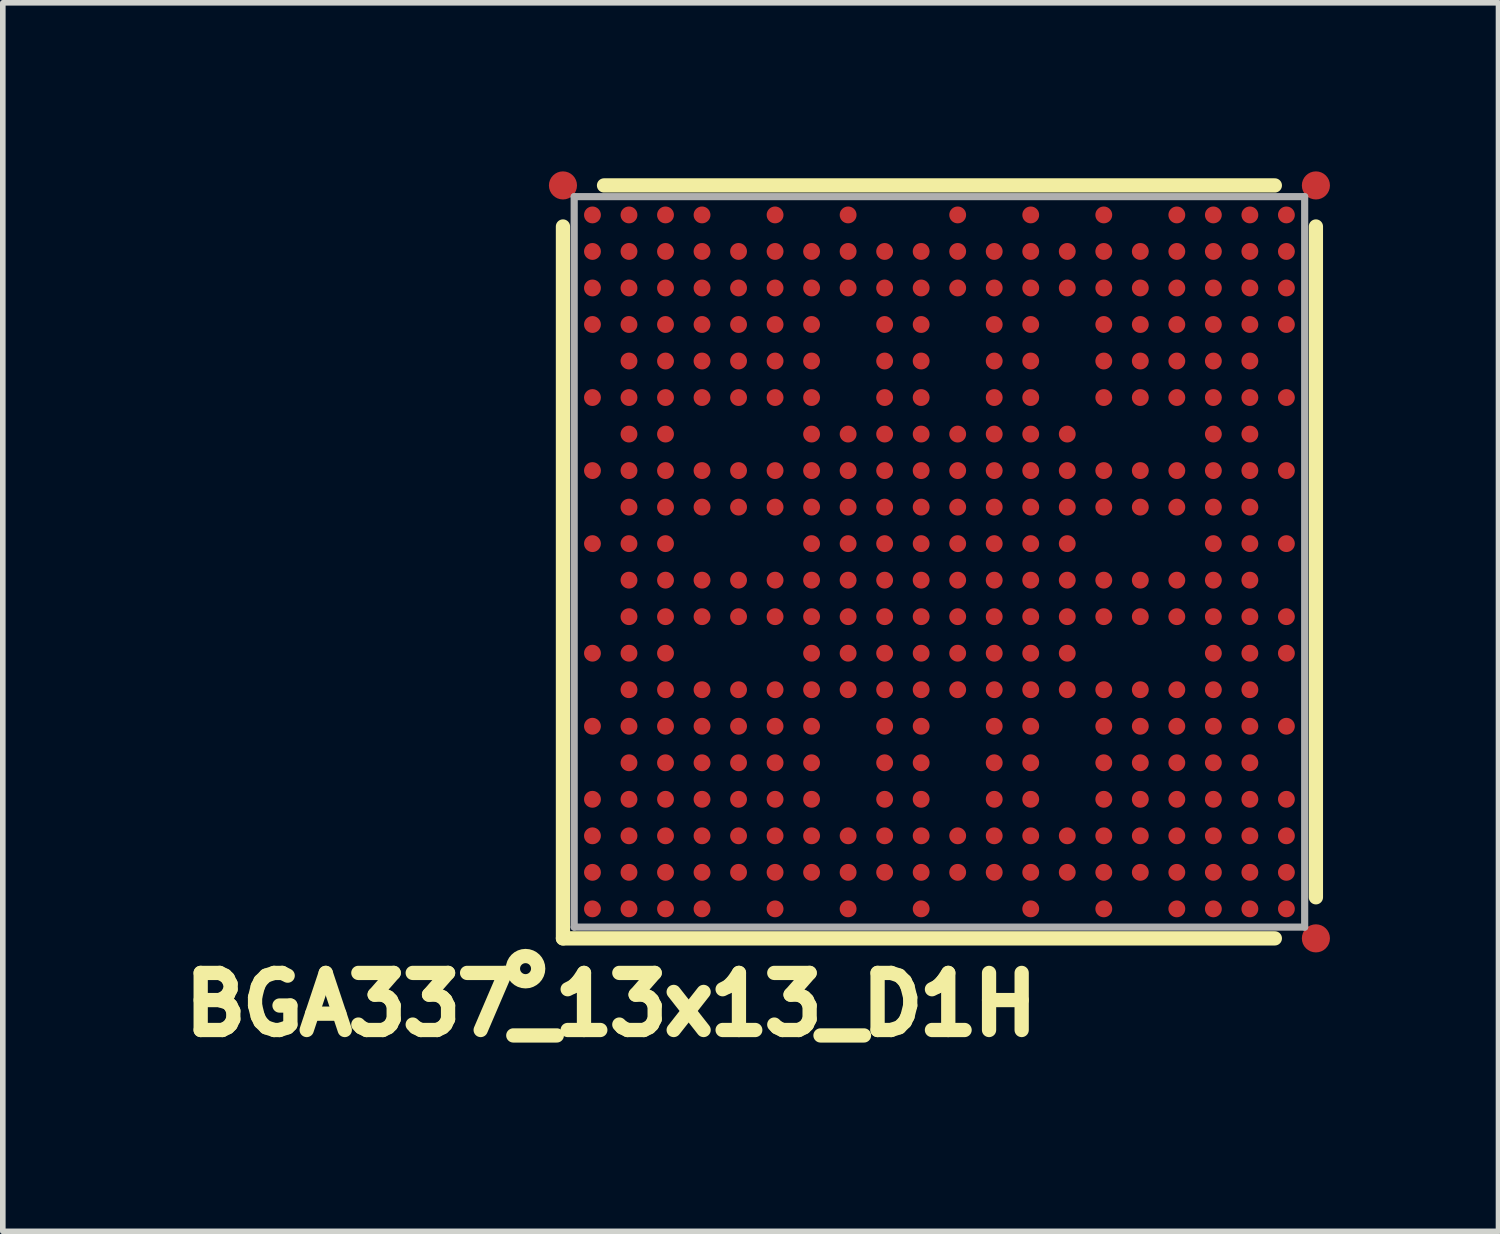
<source format=kicad_pcb>
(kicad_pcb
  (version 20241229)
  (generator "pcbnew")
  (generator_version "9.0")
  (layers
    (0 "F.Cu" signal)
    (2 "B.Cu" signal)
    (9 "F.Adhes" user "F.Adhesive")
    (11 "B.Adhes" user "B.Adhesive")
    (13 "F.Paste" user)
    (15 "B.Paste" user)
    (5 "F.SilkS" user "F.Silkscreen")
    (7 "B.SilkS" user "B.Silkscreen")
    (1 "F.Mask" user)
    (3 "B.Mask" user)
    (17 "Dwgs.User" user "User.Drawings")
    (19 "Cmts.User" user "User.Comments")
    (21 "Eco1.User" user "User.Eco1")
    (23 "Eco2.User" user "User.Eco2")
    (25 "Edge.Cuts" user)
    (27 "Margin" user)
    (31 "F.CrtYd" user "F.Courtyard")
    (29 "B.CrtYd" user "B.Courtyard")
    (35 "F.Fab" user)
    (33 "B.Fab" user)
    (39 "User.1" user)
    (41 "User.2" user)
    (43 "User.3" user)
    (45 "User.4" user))
  (footprint "BGA337_13x13_D1H"
    (layer "F.Cu")
    (at 13.669 6.95)
    (property "Reference" "BGA337_13x13_D1H" (at -5.842 7.874 0) (layer "F.SilkS") (effects (font (size 1.016 1.016) (thickness 0.254))))
    (attr smd)
    (fp_line (start -6.7 6.7) (end -6.7 -5.969) (stroke (width 0.254) (type solid)) (layer "F.SilkS"))
    (fp_line (start -5.969 -6.7) (end 5.969 -6.7) (stroke (width 0.254) (type solid)) (layer "F.SilkS"))
    (fp_line (start 5.969 6.7) (end -6.7 6.7) (stroke (width 0.254) (type solid)) (layer "F.SilkS"))
    (fp_line (start 6.7 -5.969) (end 6.7 5.969) (stroke (width 0.254) (type solid)) (layer "F.SilkS"))
    (fp_circle (center -7.366 7.239) (end -7.366 7.014) (stroke (width 0.254) (type solid)) (fill no) (layer "F.SilkS"))
    (fp_line (start -6.5 -6.5) (end -6.5 6.5) (stroke (width 0.127) (type solid)) (layer "F.Fab"))
    (fp_line (start 6.5 -6.5) (end -6.5 -6.5) (stroke (width 0.127) (type solid)) (layer "F.Fab"))
    (fp_line (start 6.5 -6.5) (end 6.5 6.5) (stroke (width 0.127) (type solid)) (layer "F.Fab"))
    (fp_line (start 6.5 6.5) (end -6.5 6.5) (stroke (width 0.127) (type solid)) (layer "F.Fab"))
    (pad "" smd rect (at -6.175 -6.175 90) (size 0.33 0.33) (layers "F.Paste"))
    (pad "" smd rect (at -6.175 -5.525 90) (size 0.33 0.33) (layers "F.Paste"))
    (pad "" smd rect (at -6.175 -4.875 90) (size 0.33 0.33) (layers "F.Paste"))
    (pad "" smd rect (at -6.175 -4.225 90) (size 0.33 0.33) (layers "F.Paste"))
    (pad "" smd rect (at -6.175 -2.925 90) (size 0.33 0.33) (layers "F.Paste"))
    (pad "" smd rect (at -6.175 -1.625 90) (size 0.33 0.33) (layers "F.Paste"))
    (pad "" smd rect (at -6.175 -0.325 90) (size 0.33 0.33) (layers "F.Paste"))
    (pad "" smd rect (at -6.175 1.625 90) (size 0.33 0.33) (layers "F.Paste"))
    (pad "" smd rect (at -6.175 2.925 90) (size 0.33 0.33) (layers "F.Paste"))
    (pad "" smd rect (at -6.175 4.225 90) (size 0.33 0.33) (layers "F.Paste"))
    (pad "" smd rect (at -6.175 4.875 90) (size 0.33 0.33) (layers "F.Paste"))
    (pad "" smd rect (at -6.175 5.525 90) (size 0.33 0.33) (layers "F.Paste"))
    (pad "" smd rect (at -6.175 6.175 90) (size 0.33 0.33) (layers "F.Paste"))
    (pad "" smd rect (at -5.525 -6.175 90) (size 0.33 0.33) (layers "F.Paste"))
    (pad "" smd rect (at -5.525 -5.525 90) (size 0.33 0.33) (layers "F.Paste"))
    (pad "" smd rect (at -5.525 -4.875 90) (size 0.33 0.33) (layers "F.Paste"))
    (pad "" smd rect (at -5.525 -4.225 90) (size 0.33 0.33) (layers "F.Paste"))
    (pad "" smd rect (at -5.525 -3.575 90) (size 0.33 0.33) (layers "F.Paste"))
    (pad "" smd rect (at -5.525 -2.925 90) (size 0.33 0.33) (layers "F.Paste"))
    (pad "" smd rect (at -5.525 -2.275 90) (size 0.33 0.33) (layers "F.Paste"))
    (pad "" smd rect (at -5.525 -1.625 90) (size 0.33 0.33) (layers "F.Paste"))
    (pad "" smd rect (at -5.525 -0.975 90) (size 0.33 0.33) (layers "F.Paste"))
    (pad "" smd rect (at -5.525 -0.325 90) (size 0.33 0.33) (layers "F.Paste"))
    (pad "" smd rect (at -5.525 0.325 90) (size 0.33 0.33) (layers "F.Paste"))
    (pad "" smd rect (at -5.525 0.975 90) (size 0.33 0.33) (layers "F.Paste"))
    (pad "" smd rect (at -5.525 1.625 90) (size 0.33 0.33) (layers "F.Paste"))
    (pad "" smd rect (at -5.525 2.275 90) (size 0.33 0.33) (layers "F.Paste"))
    (pad "" smd rect (at -5.525 2.925 90) (size 0.33 0.33) (layers "F.Paste"))
    (pad "" smd rect (at -5.525 3.575 90) (size 0.33 0.33) (layers "F.Paste"))
    (pad "" smd rect (at -5.525 4.225 90) (size 0.33 0.33) (layers "F.Paste"))
    (pad "" smd rect (at -5.525 4.875 90) (size 0.33 0.33) (layers "F.Paste"))
    (pad "" smd rect (at -5.525 5.525 90) (size 0.33 0.33) (layers "F.Paste"))
    (pad "" smd rect (at -5.525 6.175 90) (size 0.33 0.33) (layers "F.Paste"))
    (pad "" smd rect (at -4.875 -6.175 90) (size 0.33 0.33) (layers "F.Paste"))
    (pad "" smd rect (at -4.875 -5.525 90) (size 0.33 0.33) (layers "F.Paste"))
    (pad "" smd rect (at -4.875 -4.875 90) (size 0.33 0.33) (layers "F.Paste"))
    (pad "" smd rect (at -4.875 -4.225 90) (size 0.33 0.33) (layers "F.Paste"))
    (pad "" smd rect (at -4.875 -3.575 90) (size 0.33 0.33) (layers "F.Paste"))
    (pad "" smd rect (at -4.875 -2.925 90) (size 0.33 0.33) (layers "F.Paste"))
    (pad "" smd rect (at -4.875 -2.275 90) (size 0.33 0.33) (layers "F.Paste"))
    (pad "" smd rect (at -4.875 -1.625 90) (size 0.33 0.33) (layers "F.Paste"))
    (pad "" smd rect (at -4.875 -0.975 90) (size 0.33 0.33) (layers "F.Paste"))
    (pad "" smd rect (at -4.875 -0.325 90) (size 0.33 0.33) (layers "F.Paste"))
    (pad "" smd rect (at -4.875 0.325 90) (size 0.33 0.33) (layers "F.Paste"))
    (pad "" smd rect (at -4.875 0.975 90) (size 0.33 0.33) (layers "F.Paste"))
    (pad "" smd rect (at -4.875 1.625 90) (size 0.33 0.33) (layers "F.Paste"))
    (pad "" smd rect (at -4.875 2.275 90) (size 0.33 0.33) (layers "F.Paste"))
    (pad "" smd rect (at -4.875 2.925 90) (size 0.33 0.33) (layers "F.Paste"))
    (pad "" smd rect (at -4.875 3.575 90) (size 0.33 0.33) (layers "F.Paste"))
    (pad "" smd rect (at -4.875 4.225 90) (size 0.33 0.33) (layers "F.Paste"))
    (pad "" smd rect (at -4.875 4.875 90) (size 0.33 0.33) (layers "F.Paste"))
    (pad "" smd rect (at -4.875 5.525 90) (size 0.33 0.33) (layers "F.Paste"))
    (pad "" smd rect (at -4.875 6.175 90) (size 0.33 0.33) (layers "F.Paste"))
    (pad "" smd rect (at -4.225 -6.175 90) (size 0.33 0.33) (layers "F.Paste"))
    (pad "" smd rect (at -4.225 -5.525 90) (size 0.33 0.33) (layers "F.Paste"))
    (pad "" smd rect (at -4.225 -4.875 90) (size 0.33 0.33) (layers "F.Paste"))
    (pad "" smd rect (at -4.225 -4.225 90) (size 0.33 0.33) (layers "F.Paste"))
    (pad "" smd rect (at -4.225 -3.575 90) (size 0.33 0.33) (layers "F.Paste"))
    (pad "" smd rect (at -4.225 -2.925 90) (size 0.33 0.33) (layers "F.Paste"))
    (pad "" smd rect (at -4.225 -1.625 90) (size 0.33 0.33) (layers "F.Paste"))
    (pad "" smd rect (at -4.225 -0.975 90) (size 0.33 0.33) (layers "F.Paste"))
    (pad "" smd rect (at -4.225 0.325 90) (size 0.33 0.33) (layers "F.Paste"))
    (pad "" smd rect (at -4.225 0.975 90) (size 0.33 0.33) (layers "F.Paste"))
    (pad "" smd rect (at -4.225 2.275 90) (size 0.33 0.33) (layers "F.Paste"))
    (pad "" smd rect (at -4.225 2.925 90) (size 0.33 0.33) (layers "F.Paste"))
    (pad "" smd rect (at -4.225 3.575 90) (size 0.33 0.33) (layers "F.Paste"))
    (pad "" smd rect (at -4.225 4.225 90) (size 0.33 0.33) (layers "F.Paste"))
    (pad "" smd rect (at -4.225 4.875 90) (size 0.33 0.33) (layers "F.Paste"))
    (pad "" smd rect (at -4.225 5.525 90) (size 0.33 0.33) (layers "F.Paste"))
    (pad "" smd rect (at -4.225 6.175 90) (size 0.33 0.33) (layers "F.Paste"))
    (pad "" smd rect (at -3.575 -5.525 90) (size 0.33 0.33) (layers "F.Paste"))
    (pad "" smd rect (at -3.575 -4.875 90) (size 0.33 0.33) (layers "F.Paste"))
    (pad "" smd rect (at -3.575 -4.225 90) (size 0.33 0.33) (layers "F.Paste"))
    (pad "" smd rect (at -3.575 -3.575 90) (size 0.33 0.33) (layers "F.Paste"))
    (pad "" smd rect (at -3.575 -2.925 90) (size 0.33 0.33) (layers "F.Paste"))
    (pad "" smd rect (at -3.575 -1.625 90) (size 0.33 0.33) (layers "F.Paste"))
    (pad "" smd rect (at -3.575 -0.975 90) (size 0.33 0.33) (layers "F.Paste"))
    (pad "" smd rect (at -3.575 0.325 90) (size 0.33 0.33) (layers "F.Paste"))
    (pad "" smd rect (at -3.575 0.975 90) (size 0.33 0.33) (layers "F.Paste"))
    (pad "" smd rect (at -3.575 2.275 90) (size 0.33 0.33) (layers "F.Paste"))
    (pad "" smd rect (at -3.575 2.925 90) (size 0.33 0.33) (layers "F.Paste"))
    (pad "" smd rect (at -3.575 3.575 90) (size 0.33 0.33) (layers "F.Paste"))
    (pad "" smd rect (at -3.575 4.225 90) (size 0.33 0.33) (layers "F.Paste"))
    (pad "" smd rect (at -3.575 4.875 90) (size 0.33 0.33) (layers "F.Paste"))
    (pad "" smd rect (at -3.575 5.525 90) (size 0.33 0.33) (layers "F.Paste"))
    (pad "" smd rect (at -2.925 -6.175 90) (size 0.33 0.33) (layers "F.Paste"))
    (pad "" smd rect (at -2.925 -5.525 90) (size 0.33 0.33) (layers "F.Paste"))
    (pad "" smd rect (at -2.925 -4.875 90) (size 0.33 0.33) (layers "F.Paste"))
    (pad "" smd rect (at -2.925 -4.225 90) (size 0.33 0.33) (layers "F.Paste"))
    (pad "" smd rect (at -2.925 -3.575 90) (size 0.33 0.33) (layers "F.Paste"))
    (pad "" smd rect (at -2.925 -2.925 90) (size 0.33 0.33) (layers "F.Paste"))
    (pad "" smd rect (at -2.925 -1.625 90) (size 0.33 0.33) (layers "F.Paste"))
    (pad "" smd rect (at -2.925 -0.975 90) (size 0.33 0.33) (layers "F.Paste"))
    (pad "" smd rect (at -2.925 0.325 90) (size 0.33 0.33) (layers "F.Paste"))
    (pad "" smd rect (at -2.925 0.975 90) (size 0.33 0.33) (layers "F.Paste"))
    (pad "" smd rect (at -2.925 2.275 90) (size 0.33 0.33) (layers "F.Paste"))
    (pad "" smd rect (at -2.925 2.925 90) (size 0.33 0.33) (layers "F.Paste"))
    (pad "" smd rect (at -2.925 3.575 90) (size 0.33 0.33) (layers "F.Paste"))
    (pad "" smd rect (at -2.925 4.225 90) (size 0.33 0.33) (layers "F.Paste"))
    (pad "" smd rect (at -2.925 4.875 90) (size 0.33 0.33) (layers "F.Paste"))
    (pad "" smd rect (at -2.925 5.525 90) (size 0.33 0.33) (layers "F.Paste"))
    (pad "" smd rect (at -2.925 6.175 90) (size 0.33 0.33) (layers "F.Paste"))
    (pad "" smd rect (at -2.275 -5.525 90) (size 0.33 0.33) (layers "F.Paste"))
    (pad "" smd rect (at -2.275 -4.875 90) (size 0.33 0.33) (layers "F.Paste"))
    (pad "" smd rect (at -2.275 -4.225 90) (size 0.33 0.33) (layers "F.Paste"))
    (pad "" smd rect (at -2.275 -3.575 90) (size 0.33 0.33) (layers "F.Paste"))
    (pad "" smd rect (at -2.275 -2.925 90) (size 0.33 0.33) (layers "F.Paste"))
    (pad "" smd rect (at -2.275 -2.275 90) (size 0.33 0.33) (layers "F.Paste"))
    (pad "" smd rect (at -2.275 -1.625 90) (size 0.33 0.33) (layers "F.Paste"))
    (pad "" smd rect (at -2.275 -0.975 90) (size 0.33 0.33) (layers "F.Paste"))
    (pad "" smd rect (at -2.275 -0.325 90) (size 0.33 0.33) (layers "F.Paste"))
    (pad "" smd rect (at -2.275 0.325 90) (size 0.33 0.33) (layers "F.Paste"))
    (pad "" smd rect (at -2.275 0.975 90) (size 0.33 0.33) (layers "F.Paste"))
    (pad "" smd rect (at -2.275 1.625 90) (size 0.33 0.33) (layers "F.Paste"))
    (pad "" smd rect (at -2.275 2.275 90) (size 0.33 0.33) (layers "F.Paste"))
    (pad "" smd rect (at -2.275 2.925 90) (size 0.33 0.33) (layers "F.Paste"))
    (pad "" smd rect (at -2.275 3.575 90) (size 0.33 0.33) (layers "F.Paste"))
    (pad "" smd rect (at -2.275 4.225 90) (size 0.33 0.33) (layers "F.Paste"))
    (pad "" smd rect (at -2.275 4.875 90) (size 0.33 0.33) (layers "F.Paste"))
    (pad "" smd rect (at -2.275 5.525 90) (size 0.33 0.33) (layers "F.Paste"))
    (pad "" smd rect (at -1.625 -6.175 90) (size 0.33 0.33) (layers "F.Paste"))
    (pad "" smd rect (at -1.625 -5.525 90) (size 0.33 0.33) (layers "F.Paste"))
    (pad "" smd rect (at -1.625 -4.875 90) (size 0.33 0.33) (layers "F.Paste"))
    (pad "" smd rect (at -1.625 -2.275 90) (size 0.33 0.33) (layers "F.Paste"))
    (pad "" smd rect (at -1.625 -1.625 90) (size 0.33 0.33) (layers "F.Paste"))
    (pad "" smd rect (at -1.625 -0.975 90) (size 0.33 0.33) (layers "F.Paste"))
    (pad "" smd rect (at -1.625 -0.325 90) (size 0.33 0.33) (layers "F.Paste"))
    (pad "" smd rect (at -1.625 0.325 90) (size 0.33 0.33) (layers "F.Paste"))
    (pad "" smd rect (at -1.625 0.975 90) (size 0.33 0.33) (layers "F.Paste"))
    (pad "" smd rect (at -1.625 1.625 90) (size 0.33 0.33) (layers "F.Paste"))
    (pad "" smd rect (at -1.625 2.275 90) (size 0.33 0.33) (layers "F.Paste"))
    (pad "" smd rect (at -1.625 4.875 90) (size 0.33 0.33) (layers "F.Paste"))
    (pad "" smd rect (at -1.625 5.525 90) (size 0.33 0.33) (layers "F.Paste"))
    (pad "" smd rect (at -1.625 6.175 90) (size 0.33 0.33) (layers "F.Paste"))
    (pad "" smd rect (at -0.975 -5.525 90) (size 0.33 0.33) (layers "F.Paste"))
    (pad "" smd rect (at -0.975 -4.875 90) (size 0.33 0.33) (layers "F.Paste"))
    (pad "" smd rect (at -0.975 -4.225 90) (size 0.33 0.33) (layers "F.Paste"))
    (pad "" smd rect (at -0.975 -3.575 90) (size 0.33 0.33) (layers "F.Paste"))
    (pad "" smd rect (at -0.975 -2.925 90) (size 0.33 0.33) (layers "F.Paste"))
    (pad "" smd rect (at -0.975 -2.275 90) (size 0.33 0.33) (layers "F.Paste"))
    (pad "" smd rect (at -0.975 -1.625 90) (size 0.33 0.33) (layers "F.Paste"))
    (pad "" smd rect (at -0.975 -0.975 90) (size 0.33 0.33) (layers "F.Paste"))
    (pad "" smd rect (at -0.975 -0.325 90) (size 0.33 0.33) (layers "F.Paste"))
    (pad "" smd rect (at -0.975 0.325 90) (size 0.33 0.33) (layers "F.Paste"))
    (pad "" smd rect (at -0.975 0.975 90) (size 0.33 0.33) (layers "F.Paste"))
    (pad "" smd rect (at -0.975 1.625 90) (size 0.33 0.33) (layers "F.Paste"))
    (pad "" smd rect (at -0.975 2.275 90) (size 0.33 0.33) (layers "F.Paste"))
    (pad "" smd rect (at -0.975 2.925 90) (size 0.33 0.33) (layers "F.Paste"))
    (pad "" smd rect (at -0.975 3.575 90) (size 0.33 0.33) (layers "F.Paste"))
    (pad "" smd rect (at -0.975 4.225 90) (size 0.33 0.33) (layers "F.Paste"))
    (pad "" smd rect (at -0.975 4.875 90) (size 0.33 0.33) (layers "F.Paste"))
    (pad "" smd rect (at -0.975 5.525 90) (size 0.33 0.33) (layers "F.Paste"))
    (pad "" smd rect (at -0.325 -5.525 90) (size 0.33 0.33) (layers "F.Paste"))
    (pad "" smd rect (at -0.325 -4.875 90) (size 0.33 0.33) (layers "F.Paste"))
    (pad "" smd rect (at -0.325 -4.225 90) (size 0.33 0.33) (layers "F.Paste"))
    (pad "" smd rect (at -0.325 -3.575 90) (size 0.33 0.33) (layers "F.Paste"))
    (pad "" smd rect (at -0.325 -2.925 90) (size 0.33 0.33) (layers "F.Paste"))
    (pad "" smd rect (at -0.325 -2.275 90) (size 0.33 0.33) (layers "F.Paste"))
    (pad "" smd rect (at -0.325 -1.625 90) (size 0.33 0.33) (layers "F.Paste"))
    (pad "" smd rect (at -0.325 -0.975 90) (size 0.33 0.33) (layers "F.Paste"))
    (pad "" smd rect (at -0.325 -0.325 90) (size 0.33 0.33) (layers "F.Paste"))
    (pad "" smd rect (at -0.325 0.325 90) (size 0.33 0.33) (layers "F.Paste"))
    (pad "" smd rect (at -0.325 0.975 90) (size 0.33 0.33) (layers "F.Paste"))
    (pad "" smd rect (at -0.325 1.625 90) (size 0.33 0.33) (layers "F.Paste"))
    (pad "" smd rect (at -0.325 2.275 90) (size 0.33 0.33) (layers "F.Paste"))
    (pad "" smd rect (at -0.325 2.925 90) (size 0.33 0.33) (layers "F.Paste"))
    (pad "" smd rect (at -0.325 3.575 90) (size 0.33 0.33) (layers "F.Paste"))
    (pad "" smd rect (at -0.325 4.225 90) (size 0.33 0.33) (layers "F.Paste"))
    (pad "" smd rect (at -0.325 4.875 90) (size 0.33 0.33) (layers "F.Paste"))
    (pad "" smd rect (at -0.325 5.525 90) (size 0.33 0.33) (layers "F.Paste"))
    (pad "" smd rect (at -0.325 6.175 90) (size 0.33 0.33) (layers "F.Paste"))
    (pad "" smd rect (at 0.325 -6.175 90) (size 0.33 0.33) (layers "F.Paste"))
    (pad "" smd rect (at 0.325 -5.525 90) (size 0.33 0.33) (layers "F.Paste"))
    (pad "" smd rect (at 0.325 -4.875 90) (size 0.33 0.33) (layers "F.Paste"))
    (pad "" smd rect (at 0.325 -2.275 90) (size 0.33 0.33) (layers "F.Paste"))
    (pad "" smd rect (at 0.325 -1.625 90) (size 0.33 0.33) (layers "F.Paste"))
    (pad "" smd rect (at 0.325 -0.975 90) (size 0.33 0.33) (layers "F.Paste"))
    (pad "" smd rect (at 0.325 -0.325 90) (size 0.33 0.33) (layers "F.Paste"))
    (pad "" smd rect (at 0.325 0.325 90) (size 0.33 0.33) (layers "F.Paste"))
    (pad "" smd rect (at 0.325 0.975 90) (size 0.33 0.33) (layers "F.Paste"))
    (pad "" smd rect (at 0.325 1.625 90) (size 0.33 0.33) (layers "F.Paste"))
    (pad "" smd rect (at 0.325 2.275 90) (size 0.33 0.33) (layers "F.Paste"))
    (pad "" smd rect (at 0.325 4.875 90) (size 0.33 0.33) (layers "F.Paste"))
    (pad "" smd rect (at 0.325 5.525 90) (size 0.33 0.33) (layers "F.Paste"))
    (pad "" smd rect (at 0.975 -5.525 90) (size 0.33 0.33) (layers "F.Paste"))
    (pad "" smd rect (at 0.975 -4.875 90) (size 0.33 0.33) (layers "F.Paste"))
    (pad "" smd rect (at 0.975 -4.225 90) (size 0.33 0.33) (layers "F.Paste"))
    (pad "" smd rect (at 0.975 -3.575 90) (size 0.33 0.33) (layers "F.Paste"))
    (pad "" smd rect (at 0.975 -2.925 90) (size 0.33 0.33) (layers "F.Paste"))
    (pad "" smd rect (at 0.975 -2.275 90) (size 0.33 0.33) (layers "F.Paste"))
    (pad "" smd rect (at 0.975 -1.625 90) (size 0.33 0.33) (layers "F.Paste"))
    (pad "" smd rect (at 0.975 -0.975 90) (size 0.33 0.33) (layers "F.Paste"))
    (pad "" smd rect (at 0.975 -0.325 90) (size 0.33 0.33) (layers "F.Paste"))
    (pad "" smd rect (at 0.975 0.325 90) (size 0.33 0.33) (layers "F.Paste"))
    (pad "" smd rect (at 0.975 0.975 90) (size 0.33 0.33) (layers "F.Paste"))
    (pad "" smd rect (at 0.975 1.625 90) (size 0.33 0.33) (layers "F.Paste"))
    (pad "" smd rect (at 0.975 2.275 90) (size 0.33 0.33) (layers "F.Paste"))
    (pad "" smd rect (at 0.975 2.925 90) (size 0.33 0.33) (layers "F.Paste"))
    (pad "" smd rect (at 0.975 3.575 90) (size 0.33 0.33) (layers "F.Paste"))
    (pad "" smd rect (at 0.975 4.225 90) (size 0.33 0.33) (layers "F.Paste"))
    (pad "" smd rect (at 0.975 4.875 90) (size 0.33 0.33) (layers "F.Paste"))
    (pad "" smd rect (at 0.975 5.525 90) (size 0.33 0.33) (layers "F.Paste"))
    (pad "" smd rect (at 1.625 -6.175 90) (size 0.33 0.33) (layers "F.Paste"))
    (pad "" smd rect (at 1.625 -5.525 90) (size 0.33 0.33) (layers "F.Paste"))
    (pad "" smd rect (at 1.625 -4.875 90) (size 0.33 0.33) (layers "F.Paste"))
    (pad "" smd rect (at 1.625 -4.225 90) (size 0.33 0.33) (layers "F.Paste"))
    (pad "" smd rect (at 1.625 -3.575 90) (size 0.33 0.33) (layers "F.Paste"))
    (pad "" smd rect (at 1.625 -2.925 90) (size 0.33 0.33) (layers "F.Paste"))
    (pad "" smd rect (at 1.625 -2.275 90) (size 0.33 0.33) (layers "F.Paste"))
    (pad "" smd rect (at 1.625 -1.625 90) (size 0.33 0.33) (layers "F.Paste"))
    (pad "" smd rect (at 1.625 -0.975 90) (size 0.33 0.33) (layers "F.Paste"))
    (pad "" smd rect (at 1.625 -0.325 90) (size 0.33 0.33) (layers "F.Paste"))
    (pad "" smd rect (at 1.625 0.325 90) (size 0.33 0.33) (layers "F.Paste"))
    (pad "" smd rect (at 1.625 0.975 90) (size 0.33 0.33) (layers "F.Paste"))
    (pad "" smd rect (at 1.625 1.625 90) (size 0.33 0.33) (layers "F.Paste"))
    (pad "" smd rect (at 1.625 2.275 90) (size 0.33 0.33) (layers "F.Paste"))
    (pad "" smd rect (at 1.625 2.925 90) (size 0.33 0.33) (layers "F.Paste"))
    (pad "" smd rect (at 1.625 3.575 90) (size 0.33 0.33) (layers "F.Paste"))
    (pad "" smd rect (at 1.625 4.225 90) (size 0.33 0.33) (layers "F.Paste"))
    (pad "" smd rect (at 1.625 4.875 90) (size 0.33 0.33) (layers "F.Paste"))
    (pad "" smd rect (at 1.625 5.525 90) (size 0.33 0.33) (layers "F.Paste"))
    (pad "" smd rect (at 1.625 6.175 90) (size 0.33 0.33) (layers "F.Paste"))
    (pad "" smd rect (at 2.275 -5.525 90) (size 0.33 0.33) (layers "F.Paste"))
    (pad "" smd rect (at 2.275 -4.875 90) (size 0.33 0.33) (layers "F.Paste"))
    (pad "" smd rect (at 2.275 -2.275 90) (size 0.33 0.33) (layers "F.Paste"))
    (pad "" smd rect (at 2.275 -1.625 90) (size 0.33 0.33) (layers "F.Paste"))
    (pad "" smd rect (at 2.275 -0.975 90) (size 0.33 0.33) (layers "F.Paste"))
    (pad "" smd rect (at 2.275 -0.325 90) (size 0.33 0.33) (layers "F.Paste"))
    (pad "" smd rect (at 2.275 0.325 90) (size 0.33 0.33) (layers "F.Paste"))
    (pad "" smd rect (at 2.275 0.975 90) (size 0.33 0.33) (layers "F.Paste"))
    (pad "" smd rect (at 2.275 1.625 90) (size 0.33 0.33) (layers "F.Paste"))
    (pad "" smd rect (at 2.275 2.275 90) (size 0.33 0.33) (layers "F.Paste"))
    (pad "" smd rect (at 2.275 4.875 90) (size 0.33 0.33) (layers "F.Paste"))
    (pad "" smd rect (at 2.275 5.525 90) (size 0.33 0.33) (layers "F.Paste"))
    (pad "" smd rect (at 2.925 -6.175 90) (size 0.33 0.33) (layers "F.Paste"))
    (pad "" smd rect (at 2.925 -5.525 90) (size 0.33 0.33) (layers "F.Paste"))
    (pad "" smd rect (at 2.925 -4.875 90) (size 0.33 0.33) (layers "F.Paste"))
    (pad "" smd rect (at 2.925 -4.225 90) (size 0.33 0.33) (layers "F.Paste"))
    (pad "" smd rect (at 2.925 -3.575 90) (size 0.33 0.33) (layers "F.Paste"))
    (pad "" smd rect (at 2.925 -2.925 90) (size 0.33 0.33) (layers "F.Paste"))
    (pad "" smd rect (at 2.925 -1.625 90) (size 0.33 0.33) (layers "F.Paste"))
    (pad "" smd rect (at 2.925 -0.975 90) (size 0.33 0.33) (layers "F.Paste"))
    (pad "" smd rect (at 2.925 0.325 90) (size 0.33 0.33) (layers "F.Paste"))
    (pad "" smd rect (at 2.925 0.975 90) (size 0.33 0.33) (layers "F.Paste"))
    (pad "" smd rect (at 2.925 2.275 90) (size 0.33 0.33) (layers "F.Paste"))
    (pad "" smd rect (at 2.925 2.925 90) (size 0.33 0.33) (layers "F.Paste"))
    (pad "" smd rect (at 2.925 3.575 90) (size 0.33 0.33) (layers "F.Paste"))
    (pad "" smd rect (at 2.925 4.225 90) (size 0.33 0.33) (layers "F.Paste"))
    (pad "" smd rect (at 2.925 4.875 90) (size 0.33 0.33) (layers "F.Paste"))
    (pad "" smd rect (at 2.925 5.525 90) (size 0.33 0.33) (layers "F.Paste"))
    (pad "" smd rect (at 2.925 6.175 90) (size 0.33 0.33) (layers "F.Paste"))
    (pad "" smd rect (at 3.575 -5.525 90) (size 0.33 0.33) (layers "F.Paste"))
    (pad "" smd rect (at 3.575 -4.875 90) (size 0.33 0.33) (layers "F.Paste"))
    (pad "" smd rect (at 3.575 -4.225 90) (size 0.33 0.33) (layers "F.Paste"))
    (pad "" smd rect (at 3.575 -3.575 90) (size 0.33 0.33) (layers "F.Paste"))
    (pad "" smd rect (at 3.575 -2.925 90) (size 0.33 0.33) (layers "F.Paste"))
    (pad "" smd rect (at 3.575 -1.625 90) (size 0.33 0.33) (layers "F.Paste"))
    (pad "" smd rect (at 3.575 -0.975 90) (size 0.33 0.33) (layers "F.Paste"))
    (pad "" smd rect (at 3.575 0.325 90) (size 0.33 0.33) (layers "F.Paste"))
    (pad "" smd rect (at 3.575 0.975 90) (size 0.33 0.33) (layers "F.Paste"))
    (pad "" smd rect (at 3.575 2.275 90) (size 0.33 0.33) (layers "F.Paste"))
    (pad "" smd rect (at 3.575 2.925 90) (size 0.33 0.33) (layers "F.Paste"))
    (pad "" smd rect (at 3.575 3.575 90) (size 0.33 0.33) (layers "F.Paste"))
    (pad "" smd rect (at 3.575 4.225 90) (size 0.33 0.33) (layers "F.Paste"))
    (pad "" smd rect (at 3.575 4.875 90) (size 0.33 0.33) (layers "F.Paste"))
    (pad "" smd rect (at 3.575 5.525 90) (size 0.33 0.33) (layers "F.Paste"))
    (pad "" smd rect (at 4.225 -6.175 90) (size 0.33 0.33) (layers "F.Paste"))
    (pad "" smd rect (at 4.225 -5.525 90) (size 0.33 0.33) (layers "F.Paste"))
    (pad "" smd rect (at 4.225 -4.875 90) (size 0.33 0.33) (layers "F.Paste"))
    (pad "" smd rect (at 4.225 -4.225 90) (size 0.33 0.33) (layers "F.Paste"))
    (pad "" smd rect (at 4.225 -3.575 90) (size 0.33 0.33) (layers "F.Paste"))
    (pad "" smd rect (at 4.225 -2.925 90) (size 0.33 0.33) (layers "F.Paste"))
    (pad "" smd rect (at 4.225 -1.625 90) (size 0.33 0.33) (layers "F.Paste"))
    (pad "" smd rect (at 4.225 -0.975 90) (size 0.33 0.33) (layers "F.Paste"))
    (pad "" smd rect (at 4.225 0.325 90) (size 0.33 0.33) (layers "F.Paste"))
    (pad "" smd rect (at 4.225 0.975 90) (size 0.33 0.33) (layers "F.Paste"))
    (pad "" smd rect (at 4.225 2.275 90) (size 0.33 0.33) (layers "F.Paste"))
    (pad "" smd rect (at 4.225 2.925 90) (size 0.33 0.33) (layers "F.Paste"))
    (pad "" smd rect (at 4.225 3.575 90) (size 0.33 0.33) (layers "F.Paste"))
    (pad "" smd rect (at 4.225 4.225 90) (size 0.33 0.33) (layers "F.Paste"))
    (pad "" smd rect (at 4.225 4.875 90) (size 0.33 0.33) (layers "F.Paste"))
    (pad "" smd rect (at 4.225 5.525 90) (size 0.33 0.33) (layers "F.Paste"))
    (pad "" smd rect (at 4.225 6.175 90) (size 0.33 0.33) (layers "F.Paste"))
    (pad "" smd rect (at 4.875 -6.175 90) (size 0.33 0.33) (layers "F.Paste"))
    (pad "" smd rect (at 4.875 -5.525 90) (size 0.33 0.33) (layers "F.Paste"))
    (pad "" smd rect (at 4.875 -4.875 90) (size 0.33 0.33) (layers "F.Paste"))
    (pad "" smd rect (at 4.875 -4.225 90) (size 0.33 0.33) (layers "F.Paste"))
    (pad "" smd rect (at 4.875 -3.575 90) (size 0.33 0.33) (layers "F.Paste"))
    (pad "" smd rect (at 4.875 -2.925 90) (size 0.33 0.33) (layers "F.Paste"))
    (pad "" smd rect (at 4.875 -2.275 90) (size 0.33 0.33) (layers "F.Paste"))
    (pad "" smd rect (at 4.875 -1.625 90) (size 0.33 0.33) (layers "F.Paste"))
    (pad "" smd rect (at 4.875 -0.975 90) (size 0.33 0.33) (layers "F.Paste"))
    (pad "" smd rect (at 4.875 -0.325 90) (size 0.33 0.33) (layers "F.Paste"))
    (pad "" smd rect (at 4.875 0.325 90) (size 0.33 0.33) (layers "F.Paste"))
    (pad "" smd rect (at 4.875 0.975 90) (size 0.33 0.33) (layers "F.Paste"))
    (pad "" smd rect (at 4.875 1.625 90) (size 0.33 0.33) (layers "F.Paste"))
    (pad "" smd rect (at 4.875 2.275 90) (size 0.33 0.33) (layers "F.Paste"))
    (pad "" smd rect (at 4.875 2.925 90) (size 0.33 0.33) (layers "F.Paste"))
    (pad "" smd rect (at 4.875 3.575 90) (size 0.33 0.33) (layers "F.Paste"))
    (pad "" smd rect (at 4.875 4.225 90) (size 0.33 0.33) (layers "F.Paste"))
    (pad "" smd rect (at 4.875 4.875 90) (size 0.33 0.33) (layers "F.Paste"))
    (pad "" smd rect (at 4.875 5.525 90) (size 0.33 0.33) (layers "F.Paste"))
    (pad "" smd rect (at 4.875 6.175 90) (size 0.33 0.33) (layers "F.Paste"))
    (pad "" smd rect (at 5.525 -6.175 90) (size 0.33 0.33) (layers "F.Paste"))
    (pad "" smd rect (at 5.525 -5.525 90) (size 0.33 0.33) (layers "F.Paste"))
    (pad "" smd rect (at 5.525 -4.875 90) (size 0.33 0.33) (layers "F.Paste"))
    (pad "" smd rect (at 5.525 -4.225 90) (size 0.33 0.33) (layers "F.Paste"))
    (pad "" smd rect (at 5.525 -3.575 90) (size 0.33 0.33) (layers "F.Paste"))
    (pad "" smd rect (at 5.525 -2.925 90) (size 0.33 0.33) (layers "F.Paste"))
    (pad "" smd rect (at 5.525 -2.275 90) (size 0.33 0.33) (layers "F.Paste"))
    (pad "" smd rect (at 5.525 -1.625 90) (size 0.33 0.33) (layers "F.Paste"))
    (pad "" smd rect (at 5.525 -0.975 90) (size 0.33 0.33) (layers "F.Paste"))
    (pad "" smd rect (at 5.525 -0.325 90) (size 0.33 0.33) (layers "F.Paste"))
    (pad "" smd rect (at 5.525 0.325 90) (size 0.33 0.33) (layers "F.Paste"))
    (pad "" smd rect (at 5.525 0.975 90) (size 0.33 0.33) (layers "F.Paste"))
    (pad "" smd rect (at 5.525 1.625 90) (size 0.33 0.33) (layers "F.Paste"))
    (pad "" smd rect (at 5.525 2.275 90) (size 0.33 0.33) (layers "F.Paste"))
    (pad "" smd rect (at 5.525 2.925 90) (size 0.33 0.33) (layers "F.Paste"))
    (pad "" smd rect (at 5.525 3.575 90) (size 0.33 0.33) (layers "F.Paste"))
    (pad "" smd rect (at 5.525 4.225 90) (size 0.33 0.33) (layers "F.Paste"))
    (pad "" smd rect (at 5.525 4.875 90) (size 0.33 0.33) (layers "F.Paste"))
    (pad "" smd rect (at 5.525 5.525 90) (size 0.33 0.33) (layers "F.Paste"))
    (pad "" smd rect (at 5.525 6.175 90) (size 0.33 0.33) (layers "F.Paste"))
    (pad "" smd rect (at 6.175 -6.175 90) (size 0.33 0.33) (layers "F.Paste"))
    (pad "" smd rect (at 6.175 -5.525 90) (size 0.33 0.33) (layers "F.Paste"))
    (pad "" smd rect (at 6.175 -4.875 90) (size 0.33 0.33) (layers "F.Paste"))
    (pad "" smd rect (at 6.175 -4.225 90) (size 0.33 0.33) (layers "F.Paste"))
    (pad "" smd rect (at 6.175 -2.925 90) (size 0.33 0.33) (layers "F.Paste"))
    (pad "" smd rect (at 6.175 -1.625 90) (size 0.33 0.33) (layers "F.Paste"))
    (pad "" smd rect (at 6.175 -0.325 90) (size 0.33 0.33) (layers "F.Paste"))
    (pad "" smd rect (at 6.175 0.975 90) (size 0.33 0.33) (layers "F.Paste"))
    (pad "" smd rect (at 6.175 1.625 90) (size 0.33 0.33) (layers "F.Paste"))
    (pad "" smd rect (at 6.175 2.925 90) (size 0.33 0.33) (layers "F.Paste"))
    (pad "" smd rect (at 6.175 4.225 90) (size 0.33 0.33) (layers "F.Paste"))
    (pad "" smd rect (at 6.175 4.875 90) (size 0.33 0.33) (layers "F.Paste"))
    (pad "" smd rect (at 6.175 5.525 90) (size 0.33 0.33) (layers "F.Paste"))
    (pad "" smd rect (at 6.175 6.175 90) (size 0.33 0.33) (layers "F.Paste"))
    (pad "A1" smd circle (at -6.175 6.175 90) (size 0.3 0.3) (layers "F.Cu" "F.Mask"))
    (pad "A2" smd circle (at -6.175 5.525 90) (size 0.3 0.3) (layers "F.Cu" "F.Mask"))
    (pad "A3" smd circle (at -6.175 4.875 90) (size 0.3 0.3) (layers "F.Cu" "F.Mask"))
    (pad "A4" smd circle (at -6.175 4.225 90) (size 0.3 0.3) (layers "F.Cu" "F.Mask"))
    (pad "A6" smd circle (at -6.175 2.925 90) (size 0.3 0.3) (layers "F.Cu" "F.Mask"))
    (pad "A8" smd circle (at -6.175 1.625 90) (size 0.3 0.3) (layers "F.Cu" "F.Mask"))
    (pad "A11" smd circle (at -6.175 -0.325 90) (size 0.3 0.3) (layers "F.Cu" "F.Mask"))
    (pad "A13" smd circle (at -6.175 -1.625 90) (size 0.3 0.3) (layers "F.Cu" "F.Mask"))
    (pad "A15" smd circle (at -6.175 -2.925 90) (size 0.3 0.3) (layers "F.Cu" "F.Mask"))
    (pad "A17" smd circle (at -6.175 -4.225 90) (size 0.3 0.3) (layers "F.Cu" "F.Mask"))
    (pad "A18" smd circle (at -6.175 -4.875 90) (size 0.3 0.3) (layers "F.Cu" "F.Mask"))
    (pad "A19" smd circle (at -6.175 -5.525 90) (size 0.3 0.3) (layers "F.Cu" "F.Mask"))
    (pad "A20" smd circle (at -6.175 -6.175 90) (size 0.3 0.3) (layers "F.Cu" "F.Mask"))
    (pad "B1" smd circle (at -5.525 6.175 90) (size 0.3 0.3) (layers "F.Cu" "F.Mask"))
    (pad "B2" smd circle (at -5.525 5.525 90) (size 0.3 0.3) (layers "F.Cu" "F.Mask"))
    (pad "B3" smd circle (at -5.525 4.875 90) (size 0.3 0.3) (layers "F.Cu" "F.Mask"))
    (pad "B4" smd circle (at -5.525 4.225 90) (size 0.3 0.3) (layers "F.Cu" "F.Mask"))
    (pad "B5" smd circle (at -5.525 3.575 90) (size 0.3 0.3) (layers "F.Cu" "F.Mask"))
    (pad "B6" smd circle (at -5.525 2.925 90) (size 0.3 0.3) (layers "F.Cu" "F.Mask"))
    (pad "B7" smd circle (at -5.525 2.275 90) (size 0.3 0.3) (layers "F.Cu" "F.Mask"))
    (pad "B8" smd circle (at -5.525 1.625 90) (size 0.3 0.3) (layers "F.Cu" "F.Mask"))
    (pad "B9" smd circle (at -5.525 0.975 90) (size 0.3 0.3) (layers "F.Cu" "F.Mask"))
    (pad "B10" smd circle (at -5.525 0.325 90) (size 0.3 0.3) (layers "F.Cu" "F.Mask"))
    (pad "B11" smd circle (at -5.525 -0.325 90) (size 0.3 0.3) (layers "F.Cu" "F.Mask"))
    (pad "B12" smd circle (at -5.525 -0.975 90) (size 0.3 0.3) (layers "F.Cu" "F.Mask"))
    (pad "B13" smd circle (at -5.525 -1.625 90) (size 0.3 0.3) (layers "F.Cu" "F.Mask"))
    (pad "B14" smd circle (at -5.525 -2.275 90) (size 0.3 0.3) (layers "F.Cu" "F.Mask"))
    (pad "B15" smd circle (at -5.525 -2.925 90) (size 0.3 0.3) (layers "F.Cu" "F.Mask"))
    (pad "B16" smd circle (at -5.525 -3.575 90) (size 0.3 0.3) (layers "F.Cu" "F.Mask"))
    (pad "B17" smd circle (at -5.525 -4.225 90) (size 0.3 0.3) (layers "F.Cu" "F.Mask"))
    (pad "B18" smd circle (at -5.525 -4.875 90) (size 0.3 0.3) (layers "F.Cu" "F.Mask"))
    (pad "B19" smd circle (at -5.525 -5.525 90) (size 0.3 0.3) (layers "F.Cu" "F.Mask"))
    (pad "B20" smd circle (at -5.525 -6.175 90) (size 0.3 0.3) (layers "F.Cu" "F.Mask"))
    (pad "C1" smd circle (at -4.875 6.175 90) (size 0.3 0.3) (layers "F.Cu" "F.Mask"))
    (pad "C2" smd circle (at -4.875 5.525 90) (size 0.3 0.3) (layers "F.Cu" "F.Mask"))
    (pad "C3" smd circle (at -4.875 4.875 90) (size 0.3 0.3) (layers "F.Cu" "F.Mask"))
    (pad "C4" smd circle (at -4.875 4.225 90) (size 0.3 0.3) (layers "F.Cu" "F.Mask"))
    (pad "C5" smd circle (at -4.875 3.575 90) (size 0.3 0.3) (layers "F.Cu" "F.Mask"))
    (pad "C6" smd circle (at -4.875 2.925 90) (size 0.3 0.3) (layers "F.Cu" "F.Mask"))
    (pad "C7" smd circle (at -4.875 2.275 90) (size 0.3 0.3) (layers "F.Cu" "F.Mask"))
    (pad "C8" smd circle (at -4.875 1.625 90) (size 0.3 0.3) (layers "F.Cu" "F.Mask"))
    (pad "C9" smd circle (at -4.875 0.975 90) (size 0.3 0.3) (layers "F.Cu" "F.Mask"))
    (pad "C10" smd circle (at -4.875 0.325 90) (size 0.3 0.3) (layers "F.Cu" "F.Mask"))
    (pad "C11" smd circle (at -4.875 -0.325 90) (size 0.3 0.3) (layers "F.Cu" "F.Mask"))
    (pad "C12" smd circle (at -4.875 -0.975 90) (size 0.3 0.3) (layers "F.Cu" "F.Mask"))
    (pad "C13" smd circle (at -4.875 -1.625 90) (size 0.3 0.3) (layers "F.Cu" "F.Mask"))
    (pad "C14" smd circle (at -4.875 -2.275 90) (size 0.3 0.3) (layers "F.Cu" "F.Mask"))
    (pad "C15" smd circle (at -4.875 -2.925 90) (size 0.3 0.3) (layers "F.Cu" "F.Mask"))
    (pad "C16" smd circle (at -4.875 -3.575 90) (size 0.3 0.3) (layers "F.Cu" "F.Mask"))
    (pad "C17" smd circle (at -4.875 -4.225 90) (size 0.3 0.3) (layers "F.Cu" "F.Mask"))
    (pad "C18" smd circle (at -4.875 -4.875 90) (size 0.3 0.3) (layers "F.Cu" "F.Mask"))
    (pad "C19" smd circle (at -4.875 -5.525 90) (size 0.3 0.3) (layers "F.Cu" "F.Mask"))
    (pad "C20" smd circle (at -4.875 -6.175 90) (size 0.3 0.3) (layers "F.Cu" "F.Mask"))
    (pad "D1" smd circle (at -4.225 6.175 90) (size 0.3 0.3) (layers "F.Cu" "F.Mask"))
    (pad "D2" smd circle (at -4.225 5.525 90) (size 0.3 0.3) (layers "F.Cu" "F.Mask"))
    (pad "D3" smd circle (at -4.225 4.875 90) (size 0.3 0.3) (layers "F.Cu" "F.Mask"))
    (pad "D4" smd circle (at -4.225 4.225 90) (size 0.3 0.3) (layers "F.Cu" "F.Mask"))
    (pad "D5" smd circle (at -4.225 3.575 90) (size 0.3 0.3) (layers "F.Cu" "F.Mask"))
    (pad "D6" smd circle (at -4.225 2.925 90) (size 0.3 0.3) (layers "F.Cu" "F.Mask"))
    (pad "D7" smd circle (at -4.225 2.275 90) (size 0.3 0.3) (layers "F.Cu" "F.Mask"))
    (pad "D9" smd circle (at -4.225 0.975 90) (size 0.3 0.3) (layers "F.Cu" "F.Mask"))
    (pad "D10" smd circle (at -4.225 0.325 90) (size 0.3 0.3) (layers "F.Cu" "F.Mask"))
    (pad "D12" smd circle (at -4.225 -0.975 90) (size 0.3 0.3) (layers "F.Cu" "F.Mask"))
    (pad "D13" smd circle (at -4.225 -1.625 90) (size 0.3 0.3) (layers "F.Cu" "F.Mask"))
    (pad "D15" smd circle (at -4.225 -2.925 90) (size 0.3 0.3) (layers "F.Cu" "F.Mask"))
    (pad "D16" smd circle (at -4.225 -3.575 90) (size 0.3 0.3) (layers "F.Cu" "F.Mask"))
    (pad "D17" smd circle (at -4.225 -4.225 90) (size 0.3 0.3) (layers "F.Cu" "F.Mask"))
    (pad "D18" smd circle (at -4.225 -4.875 90) (size 0.3 0.3) (layers "F.Cu" "F.Mask"))
    (pad "D19" smd circle (at -4.225 -5.525 90) (size 0.3 0.3) (layers "F.Cu" "F.Mask"))
    (pad "D20" smd circle (at -4.225 -6.175 90) (size 0.3 0.3) (layers "F.Cu" "F.Mask"))
    (pad "E2" smd circle (at -3.575 5.525 90) (size 0.3 0.3) (layers "F.Cu" "F.Mask"))
    (pad "E3" smd circle (at -3.575 4.875 90) (size 0.3 0.3) (layers "F.Cu" "F.Mask"))
    (pad "E4" smd circle (at -3.575 4.225 90) (size 0.3 0.3) (layers "F.Cu" "F.Mask"))
    (pad "E5" smd circle (at -3.575 3.575 90) (size 0.3 0.3) (layers "F.Cu" "F.Mask"))
    (pad "E6" smd circle (at -3.575 2.925 90) (size 0.3 0.3) (layers "F.Cu" "F.Mask"))
    (pad "E7" smd circle (at -3.575 2.275 90) (size 0.3 0.3) (layers "F.Cu" "F.Mask"))
    (pad "E9" smd circle (at -3.575 0.975 90) (size 0.3 0.3) (layers "F.Cu" "F.Mask"))
    (pad "E10" smd circle (at -3.575 0.325 90) (size 0.3 0.3) (layers "F.Cu" "F.Mask"))
    (pad "E12" smd circle (at -3.575 -0.975 90) (size 0.3 0.3) (layers "F.Cu" "F.Mask"))
    (pad "E13" smd circle (at -3.575 -1.625 90) (size 0.3 0.3) (layers "F.Cu" "F.Mask"))
    (pad "E15" smd circle (at -3.575 -2.925 90) (size 0.3 0.3) (layers "F.Cu" "F.Mask"))
    (pad "E16" smd circle (at -3.575 -3.575 90) (size 0.3 0.3) (layers "F.Cu" "F.Mask"))
    (pad "E17" smd circle (at -3.575 -4.225 90) (size 0.3 0.3) (layers "F.Cu" "F.Mask"))
    (pad "E18" smd circle (at -3.575 -4.875 90) (size 0.3 0.3) (layers "F.Cu" "F.Mask"))
    (pad "E19" smd circle (at -3.575 -5.525 90) (size 0.3 0.3) (layers "F.Cu" "F.Mask"))
    (pad "F1" smd circle (at -2.925 6.175 90) (size 0.3 0.3) (layers "F.Cu" "F.Mask"))
    (pad "F2" smd circle (at -2.925 5.525 90) (size 0.3 0.3) (layers "F.Cu" "F.Mask"))
    (pad "F3" smd circle (at -2.925 4.875 90) (size 0.3 0.3) (layers "F.Cu" "F.Mask"))
    (pad "F4" smd circle (at -2.925 4.225 90) (size 0.3 0.3) (layers "F.Cu" "F.Mask"))
    (pad "F5" smd circle (at -2.925 3.575 90) (size 0.3 0.3) (layers "F.Cu" "F.Mask"))
    (pad "F6" smd circle (at -2.925 2.925 90) (size 0.3 0.3) (layers "F.Cu" "F.Mask"))
    (pad "F7" smd circle (at -2.925 2.275 90) (size 0.3 0.3) (layers "F.Cu" "F.Mask"))
    (pad "F9" smd circle (at -2.925 0.975 90) (size 0.3 0.3) (layers "F.Cu" "F.Mask"))
    (pad "F10" smd circle (at -2.925 0.325 90) (size 0.3 0.3) (layers "F.Cu" "F.Mask"))
    (pad "F12" smd circle (at -2.925 -0.975 90) (size 0.3 0.3) (layers "F.Cu" "F.Mask"))
    (pad "F13" smd circle (at -2.925 -1.625 90) (size 0.3 0.3) (layers "F.Cu" "F.Mask"))
    (pad "F15" smd circle (at -2.925 -2.925 90) (size 0.3 0.3) (layers "F.Cu" "F.Mask"))
    (pad "F16" smd circle (at -2.925 -3.575 90) (size 0.3 0.3) (layers "F.Cu" "F.Mask"))
    (pad "F17" smd circle (at -2.925 -4.225 90) (size 0.3 0.3) (layers "F.Cu" "F.Mask"))
    (pad "F18" smd circle (at -2.925 -4.875 90) (size 0.3 0.3) (layers "F.Cu" "F.Mask"))
    (pad "F19" smd circle (at -2.925 -5.525 90) (size 0.3 0.3) (layers "F.Cu" "F.Mask"))
    (pad "F20" smd circle (at -2.925 -6.175 90) (size 0.3 0.3) (layers "F.Cu" "F.Mask"))
    (pad "Fid1" smd circle (at 6.7 6.7 90) (size 0.5 0.5) (layers "F.Cu" "F.Mask"))
    (pad "Fid2" smd circle (at 6.7 -6.7 90) (size 0.5 0.5) (layers "F.Cu" "F.Mask"))
    (pad "Fid3" smd circle (at -6.7 -6.7 90) (size 0.5 0.5) (layers "F.Cu" "F.Mask"))
    (pad "G2" smd circle (at -2.275 5.525 90) (size 0.3 0.3) (layers "F.Cu" "F.Mask"))
    (pad "G3" smd circle (at -2.275 4.875 90) (size 0.3 0.3) (layers "F.Cu" "F.Mask"))
    (pad "G4" smd circle (at -2.275 4.225 90) (size 0.3 0.3) (layers "F.Cu" "F.Mask"))
    (pad "G5" smd circle (at -2.275 3.575 90) (size 0.3 0.3) (layers "F.Cu" "F.Mask"))
    (pad "G6" smd circle (at -2.275 2.925 90) (size 0.3 0.3) (layers "F.Cu" "F.Mask"))
    (pad "G7" smd circle (at -2.275 2.275 90) (size 0.3 0.3) (layers "F.Cu" "F.Mask"))
    (pad "G8" smd circle (at -2.275 1.625 90) (size 0.3 0.3) (layers "F.Cu" "F.Mask"))
    (pad "G9" smd circle (at -2.275 0.975 90) (size 0.3 0.3) (layers "F.Cu" "F.Mask"))
    (pad "G10" smd circle (at -2.275 0.325 90) (size 0.3 0.3) (layers "F.Cu" "F.Mask"))
    (pad "G11" smd circle (at -2.275 -0.325 90) (size 0.3 0.3) (layers "F.Cu" "F.Mask"))
    (pad "G12" smd circle (at -2.275 -0.975 90) (size 0.3 0.3) (layers "F.Cu" "F.Mask"))
    (pad "G13" smd circle (at -2.275 -1.625 90) (size 0.3 0.3) (layers "F.Cu" "F.Mask"))
    (pad "G14" smd circle (at -2.275 -2.275 90) (size 0.3 0.3) (layers "F.Cu" "F.Mask"))
    (pad "G15" smd circle (at -2.275 -2.925 90) (size 0.3 0.3) (layers "F.Cu" "F.Mask"))
    (pad "G16" smd circle (at -2.275 -3.575 90) (size 0.3 0.3) (layers "F.Cu" "F.Mask"))
    (pad "G17" smd circle (at -2.275 -4.225 90) (size 0.3 0.3) (layers "F.Cu" "F.Mask"))
    (pad "G18" smd circle (at -2.275 -4.875 90) (size 0.3 0.3) (layers "F.Cu" "F.Mask"))
    (pad "G19" smd circle (at -2.275 -5.525 90) (size 0.3 0.3) (layers "F.Cu" "F.Mask"))
    (pad "H1" smd circle (at -1.625 6.175 90) (size 0.3 0.3) (layers "F.Cu" "F.Mask"))
    (pad "H2" smd circle (at -1.625 5.525 90) (size 0.3 0.3) (layers "F.Cu" "F.Mask"))
    (pad "H3" smd circle (at -1.625 4.875 90) (size 0.3 0.3) (layers "F.Cu" "F.Mask"))
    (pad "H7" smd circle (at -1.625 2.275 90) (size 0.3 0.3) (layers "F.Cu" "F.Mask"))
    (pad "H8" smd circle (at -1.625 1.625 90) (size 0.3 0.3) (layers "F.Cu" "F.Mask"))
    (pad "H9" smd circle (at -1.625 0.975 90) (size 0.3 0.3) (layers "F.Cu" "F.Mask"))
    (pad "H10" smd circle (at -1.625 0.325 90) (size 0.3 0.3) (layers "F.Cu" "F.Mask"))
    (pad "H11" smd circle (at -1.625 -0.325 90) (size 0.3 0.3) (layers "F.Cu" "F.Mask"))
    (pad "H12" smd circle (at -1.625 -0.975 90) (size 0.3 0.3) (layers "F.Cu" "F.Mask"))
    (pad "H13" smd circle (at -1.625 -1.625 90) (size 0.3 0.3) (layers "F.Cu" "F.Mask"))
    (pad "H14" smd circle (at -1.625 -2.275 90) (size 0.3 0.3) (layers "F.Cu" "F.Mask"))
    (pad "H18" smd circle (at -1.625 -4.875 90) (size 0.3 0.3) (layers "F.Cu" "F.Mask"))
    (pad "H19" smd circle (at -1.625 -5.525 90) (size 0.3 0.3) (layers "F.Cu" "F.Mask"))
    (pad "H20" smd circle (at -1.625 -6.175 90) (size 0.3 0.3) (layers "F.Cu" "F.Mask"))
    (pad "J2" smd circle (at -0.975 5.525 90) (size 0.3 0.3) (layers "F.Cu" "F.Mask"))
    (pad "J3" smd circle (at -0.975 4.875 90) (size 0.3 0.3) (layers "F.Cu" "F.Mask"))
    (pad "J4" smd circle (at -0.975 4.225 90) (size 0.3 0.3) (layers "F.Cu" "F.Mask"))
    (pad "J5" smd circle (at -0.975 3.575 90) (size 0.3 0.3) (layers "F.Cu" "F.Mask"))
    (pad "J6" smd circle (at -0.975 2.925 90) (size 0.3 0.3) (layers "F.Cu" "F.Mask"))
    (pad "J7" smd circle (at -0.975 2.275 90) (size 0.3 0.3) (layers "F.Cu" "F.Mask"))
    (pad "J8" smd circle (at -0.975 1.625 90) (size 0.3 0.3) (layers "F.Cu" "F.Mask"))
    (pad "J9" smd circle (at -0.975 0.975 90) (size 0.3 0.3) (layers "F.Cu" "F.Mask"))
    (pad "J10" smd circle (at -0.975 0.325 90) (size 0.3 0.3) (layers "F.Cu" "F.Mask"))
    (pad "J11" smd circle (at -0.975 -0.325 90) (size 0.3 0.3) (layers "F.Cu" "F.Mask"))
    (pad "J12" smd circle (at -0.975 -0.975 90) (size 0.3 0.3) (layers "F.Cu" "F.Mask"))
    (pad "J13" smd circle (at -0.975 -1.625 90) (size 0.3 0.3) (layers "F.Cu" "F.Mask"))
    (pad "J14" smd circle (at -0.975 -2.275 90) (size 0.3 0.3) (layers "F.Cu" "F.Mask"))
    (pad "J15" smd circle (at -0.975 -2.925 90) (size 0.3 0.3) (layers "F.Cu" "F.Mask"))
    (pad "J16" smd circle (at -0.975 -3.575 90) (size 0.3 0.3) (layers "F.Cu" "F.Mask"))
    (pad "J17" smd circle (at -0.975 -4.225 90) (size 0.3 0.3) (layers "F.Cu" "F.Mask"))
    (pad "J18" smd circle (at -0.975 -4.875 90) (size 0.3 0.3) (layers "F.Cu" "F.Mask"))
    (pad "J19" smd circle (at -0.975 -5.525 90) (size 0.3 0.3) (layers "F.Cu" "F.Mask"))
    (pad "K1" smd circle (at -0.325 6.175 90) (size 0.3 0.3) (layers "F.Cu" "F.Mask"))
    (pad "K2" smd circle (at -0.325 5.525 90) (size 0.3 0.3) (layers "F.Cu" "F.Mask"))
    (pad "K3" smd circle (at -0.325 4.875 90) (size 0.3 0.3) (layers "F.Cu" "F.Mask"))
    (pad "K4" smd circle (at -0.325 4.225 90) (size 0.3 0.3) (layers "F.Cu" "F.Mask"))
    (pad "K5" smd circle (at -0.325 3.575 90) (size 0.3 0.3) (layers "F.Cu" "F.Mask"))
    (pad "K6" smd circle (at -0.325 2.925 90) (size 0.3 0.3) (layers "F.Cu" "F.Mask"))
    (pad "K7" smd circle (at -0.325 2.275 90) (size 0.3 0.3) (layers "F.Cu" "F.Mask"))
    (pad "K8" smd circle (at -0.325 1.625 90) (size 0.3 0.3) (layers "F.Cu" "F.Mask"))
    (pad "K9" smd circle (at -0.325 0.975 90) (size 0.3 0.3) (layers "F.Cu" "F.Mask"))
    (pad "K10" smd circle (at -0.325 0.325 90) (size 0.3 0.3) (layers "F.Cu" "F.Mask"))
    (pad "K11" smd circle (at -0.325 -0.325 90) (size 0.3 0.3) (layers "F.Cu" "F.Mask"))
    (pad "K12" smd circle (at -0.325 -0.975 90) (size 0.3 0.3) (layers "F.Cu" "F.Mask"))
    (pad "K13" smd circle (at -0.325 -1.625 90) (size 0.3 0.3) (layers "F.Cu" "F.Mask"))
    (pad "K14" smd circle (at -0.325 -2.275 90) (size 0.3 0.3) (layers "F.Cu" "F.Mask"))
    (pad "K15" smd circle (at -0.325 -2.925 90) (size 0.3 0.3) (layers "F.Cu" "F.Mask"))
    (pad "K16" smd circle (at -0.325 -3.575 90) (size 0.3 0.3) (layers "F.Cu" "F.Mask"))
    (pad "K17" smd circle (at -0.325 -4.225 90) (size 0.3 0.3) (layers "F.Cu" "F.Mask"))
    (pad "K18" smd circle (at -0.325 -4.875 90) (size 0.3 0.3) (layers "F.Cu" "F.Mask"))
    (pad "K19" smd circle (at -0.325 -5.525 90) (size 0.3 0.3) (layers "F.Cu" "F.Mask"))
    (pad "L2" smd circle (at 0.325 5.525 90) (size 0.3 0.3) (layers "F.Cu" "F.Mask"))
    (pad "L3" smd circle (at 0.325 4.875 90) (size 0.3 0.3) (layers "F.Cu" "F.Mask"))
    (pad "L7" smd circle (at 0.325 2.275 90) (size 0.3 0.3) (layers "F.Cu" "F.Mask"))
    (pad "L8" smd circle (at 0.325 1.625 90) (size 0.3 0.3) (layers "F.Cu" "F.Mask"))
    (pad "L9" smd circle (at 0.325 0.975 90) (size 0.3 0.3) (layers "F.Cu" "F.Mask"))
    (pad "L10" smd circle (at 0.325 0.325 90) (size 0.3 0.3) (layers "F.Cu" "F.Mask"))
    (pad "L11" smd circle (at 0.325 -0.325 90) (size 0.3 0.3) (layers "F.Cu" "F.Mask"))
    (pad "L12" smd circle (at 0.325 -0.975 90) (size 0.3 0.3) (layers "F.Cu" "F.Mask"))
    (pad "L13" smd circle (at 0.325 -1.625 90) (size 0.3 0.3) (layers "F.Cu" "F.Mask"))
    (pad "L14" smd circle (at 0.325 -2.275 90) (size 0.3 0.3) (layers "F.Cu" "F.Mask"))
    (pad "L18" smd circle (at 0.325 -4.875 90) (size 0.3 0.3) (layers "F.Cu" "F.Mask"))
    (pad "L19" smd circle (at 0.325 -5.525 90) (size 0.3 0.3) (layers "F.Cu" "F.Mask"))
    (pad "L20" smd circle (at 0.325 -6.175 90) (size 0.3 0.3) (layers "F.Cu" "F.Mask"))
    (pad "M2" smd circle (at 0.975 5.525 90) (size 0.3 0.3) (layers "F.Cu" "F.Mask"))
    (pad "M3" smd circle (at 0.975 4.875 90) (size 0.3 0.3) (layers "F.Cu" "F.Mask"))
    (pad "M4" smd circle (at 0.975 4.225 90) (size 0.3 0.3) (layers "F.Cu" "F.Mask"))
    (pad "M5" smd circle (at 0.975 3.575 90) (size 0.3 0.3) (layers "F.Cu" "F.Mask"))
    (pad "M6" smd circle (at 0.975 2.925 90) (size 0.3 0.3) (layers "F.Cu" "F.Mask"))
    (pad "M7" smd circle (at 0.975 2.275 90) (size 0.3 0.3) (layers "F.Cu" "F.Mask"))
    (pad "M8" smd circle (at 0.975 1.625 90) (size 0.3 0.3) (layers "F.Cu" "F.Mask"))
    (pad "M9" smd circle (at 0.975 0.975 90) (size 0.3 0.3) (layers "F.Cu" "F.Mask"))
    (pad "M10" smd circle (at 0.975 0.325 90) (size 0.3 0.3) (layers "F.Cu" "F.Mask"))
    (pad "M11" smd circle (at 0.975 -0.325 90) (size 0.3 0.3) (layers "F.Cu" "F.Mask"))
    (pad "M12" smd circle (at 0.975 -0.975 90) (size 0.3 0.3) (layers "F.Cu" "F.Mask"))
    (pad "M13" smd circle (at 0.975 -1.625 90) (size 0.3 0.3) (layers "F.Cu" "F.Mask"))
    (pad "M14" smd circle (at 0.975 -2.275 90) (size 0.3 0.3) (layers "F.Cu" "F.Mask"))
    (pad "M15" smd circle (at 0.975 -2.925 90) (size 0.3 0.3) (layers "F.Cu" "F.Mask"))
    (pad "M16" smd circle (at 0.975 -3.575 90) (size 0.3 0.3) (layers "F.Cu" "F.Mask"))
    (pad "M17" smd circle (at 0.975 -4.225 90) (size 0.3 0.3) (layers "F.Cu" "F.Mask"))
    (pad "M18" smd circle (at 0.975 -4.875 90) (size 0.3 0.3) (layers "F.Cu" "F.Mask"))
    (pad "M19" smd circle (at 0.975 -5.525 90) (size 0.3 0.3) (layers "F.Cu" "F.Mask"))
    (pad "N1" smd circle (at 1.625 6.175 90) (size 0.3 0.3) (layers "F.Cu" "F.Mask"))
    (pad "N2" smd circle (at 1.625 5.525 90) (size 0.3 0.3) (layers "F.Cu" "F.Mask"))
    (pad "N3" smd circle (at 1.625 4.875 90) (size 0.3 0.3) (layers "F.Cu" "F.Mask"))
    (pad "N4" smd circle (at 1.625 4.225 90) (size 0.3 0.3) (layers "F.Cu" "F.Mask"))
    (pad "N5" smd circle (at 1.625 3.575 90) (size 0.3 0.3) (layers "F.Cu" "F.Mask"))
    (pad "N6" smd circle (at 1.625 2.925 90) (size 0.3 0.3) (layers "F.Cu" "F.Mask"))
    (pad "N7" smd circle (at 1.625 2.275 90) (size 0.3 0.3) (layers "F.Cu" "F.Mask"))
    (pad "N8" smd circle (at 1.625 1.625 90) (size 0.3 0.3) (layers "F.Cu" "F.Mask"))
    (pad "N9" smd circle (at 1.625 0.975 90) (size 0.3 0.3) (layers "F.Cu" "F.Mask"))
    (pad "N10" smd circle (at 1.625 0.325 90) (size 0.3 0.3) (layers "F.Cu" "F.Mask"))
    (pad "N11" smd circle (at 1.625 -0.325 90) (size 0.3 0.3) (layers "F.Cu" "F.Mask"))
    (pad "N12" smd circle (at 1.625 -0.975 90) (size 0.3 0.3) (layers "F.Cu" "F.Mask"))
    (pad "N13" smd circle (at 1.625 -1.625 90) (size 0.3 0.3) (layers "F.Cu" "F.Mask"))
    (pad "N14" smd circle (at 1.625 -2.275 90) (size 0.3 0.3) (layers "F.Cu" "F.Mask"))
    (pad "N15" smd circle (at 1.625 -2.925 90) (size 0.3 0.3) (layers "F.Cu" "F.Mask"))
    (pad "N16" smd circle (at 1.625 -3.575 90) (size 0.3 0.3) (layers "F.Cu" "F.Mask"))
    (pad "N17" smd circle (at 1.625 -4.225 90) (size 0.3 0.3) (layers "F.Cu" "F.Mask"))
    (pad "N18" smd circle (at 1.625 -4.875 90) (size 0.3 0.3) (layers "F.Cu" "F.Mask"))
    (pad "N19" smd circle (at 1.625 -5.525 90) (size 0.3 0.3) (layers "F.Cu" "F.Mask"))
    (pad "N20" smd circle (at 1.625 -6.175 90) (size 0.3 0.3) (layers "F.Cu" "F.Mask"))
    (pad "P2" smd circle (at 2.275 5.525 90) (size 0.3 0.3) (layers "F.Cu" "F.Mask"))
    (pad "P3" smd circle (at 2.275 4.875 90) (size 0.3 0.3) (layers "F.Cu" "F.Mask"))
    (pad "P7" smd circle (at 2.275 2.275 90) (size 0.3 0.3) (layers "F.Cu" "F.Mask"))
    (pad "P8" smd circle (at 2.275 1.625 90) (size 0.3 0.3) (layers "F.Cu" "F.Mask"))
    (pad "P9" smd circle (at 2.275 0.975 90) (size 0.3 0.3) (layers "F.Cu" "F.Mask"))
    (pad "P10" smd circle (at 2.275 0.325 90) (size 0.3 0.3) (layers "F.Cu" "F.Mask"))
    (pad "P11" smd circle (at 2.275 -0.325 90) (size 0.3 0.3) (layers "F.Cu" "F.Mask"))
    (pad "P12" smd circle (at 2.275 -0.975 90) (size 0.3 0.3) (layers "F.Cu" "F.Mask"))
    (pad "P13" smd circle (at 2.275 -1.625 90) (size 0.3 0.3) (layers "F.Cu" "F.Mask"))
    (pad "P14" smd circle (at 2.275 -2.275 90) (size 0.3 0.3) (layers "F.Cu" "F.Mask"))
    (pad "P18" smd circle (at 2.275 -4.875 90) (size 0.3 0.3) (layers "F.Cu" "F.Mask"))
    (pad "P19" smd circle (at 2.275 -5.525 90) (size 0.3 0.3) (layers "F.Cu" "F.Mask"))
    (pad "R1" smd circle (at 2.925 6.175 90) (size 0.3 0.3) (layers "F.Cu" "F.Mask"))
    (pad "R2" smd circle (at 2.925 5.525 90) (size 0.3 0.3) (layers "F.Cu" "F.Mask"))
    (pad "R3" smd circle (at 2.925 4.875 90) (size 0.3 0.3) (layers "F.Cu" "F.Mask"))
    (pad "R4" smd circle (at 2.925 4.225 90) (size 0.3 0.3) (layers "F.Cu" "F.Mask"))
    (pad "R5" smd circle (at 2.925 3.575 90) (size 0.3 0.3) (layers "F.Cu" "F.Mask"))
    (pad "R6" smd circle (at 2.925 2.925 90) (size 0.3 0.3) (layers "F.Cu" "F.Mask"))
    (pad "R7" smd circle (at 2.925 2.275 90) (size 0.3 0.3) (layers "F.Cu" "F.Mask"))
    (pad "R9" smd circle (at 2.925 0.975 90) (size 0.3 0.3) (layers "F.Cu" "F.Mask"))
    (pad "R10" smd circle (at 2.925 0.325 90) (size 0.3 0.3) (layers "F.Cu" "F.Mask"))
    (pad "R12" smd circle (at 2.925 -0.975 90) (size 0.3 0.3) (layers "F.Cu" "F.Mask"))
    (pad "R13" smd circle (at 2.925 -1.625 90) (size 0.3 0.3) (layers "F.Cu" "F.Mask"))
    (pad "R15" smd circle (at 2.925 -2.925 90) (size 0.3 0.3) (layers "F.Cu" "F.Mask"))
    (pad "R16" smd circle (at 2.925 -3.575 90) (size 0.3 0.3) (layers "F.Cu" "F.Mask"))
    (pad "R17" smd circle (at 2.925 -4.225 90) (size 0.3 0.3) (layers "F.Cu" "F.Mask"))
    (pad "R18" smd circle (at 2.925 -4.875 90) (size 0.3 0.3) (layers "F.Cu" "F.Mask"))
    (pad "R19" smd circle (at 2.925 -5.525 90) (size 0.3 0.3) (layers "F.Cu" "F.Mask"))
    (pad "R20" smd circle (at 2.925 -6.175 90) (size 0.3 0.3) (layers "F.Cu" "F.Mask"))
    (pad "T2" smd circle (at 3.575 5.525 90) (size 0.3 0.3) (layers "F.Cu" "F.Mask"))
    (pad "T3" smd circle (at 3.575 4.875 90) (size 0.3 0.3) (layers "F.Cu" "F.Mask"))
    (pad "T4" smd circle (at 3.575 4.225 90) (size 0.3 0.3) (layers "F.Cu" "F.Mask"))
    (pad "T5" smd circle (at 3.575 3.575 90) (size 0.3 0.3) (layers "F.Cu" "F.Mask"))
    (pad "T6" smd circle (at 3.575 2.925 90) (size 0.3 0.3) (layers "F.Cu" "F.Mask"))
    (pad "T7" smd circle (at 3.575 2.275 90) (size 0.3 0.3) (layers "F.Cu" "F.Mask"))
    (pad "T9" smd circle (at 3.575 0.975 90) (size 0.3 0.3) (layers "F.Cu" "F.Mask"))
    (pad "T10" smd circle (at 3.575 0.325 90) (size 0.3 0.3) (layers "F.Cu" "F.Mask"))
    (pad "T12" smd circle (at 3.575 -0.975 90) (size 0.3 0.3) (layers "F.Cu" "F.Mask"))
    (pad "T13" smd circle (at 3.575 -1.625 90) (size 0.3 0.3) (layers "F.Cu" "F.Mask"))
    (pad "T15" smd circle (at 3.575 -2.925 90) (size 0.3 0.3) (layers "F.Cu" "F.Mask"))
    (pad "T16" smd circle (at 3.575 -3.575 90) (size 0.3 0.3) (layers "F.Cu" "F.Mask"))
    (pad "T17" smd circle (at 3.575 -4.225 90) (size 0.3 0.3) (layers "F.Cu" "F.Mask"))
    (pad "T18" smd circle (at 3.575 -4.875 90) (size 0.3 0.3) (layers "F.Cu" "F.Mask"))
    (pad "T19" smd circle (at 3.575 -5.525 90) (size 0.3 0.3) (layers "F.Cu" "F.Mask"))
    (pad "U1" smd circle (at 4.225 6.175 90) (size 0.3 0.3) (layers "F.Cu" "F.Mask"))
    (pad "U2" smd circle (at 4.225 5.525 90) (size 0.3 0.3) (layers "F.Cu" "F.Mask"))
    (pad "U3" smd circle (at 4.225 4.875 90) (size 0.3 0.3) (layers "F.Cu" "F.Mask"))
    (pad "U4" smd circle (at 4.225 4.225 90) (size 0.3 0.3) (layers "F.Cu" "F.Mask"))
    (pad "U5" smd circle (at 4.225 3.575 90) (size 0.3 0.3) (layers "F.Cu" "F.Mask"))
    (pad "U6" smd circle (at 4.225 2.925 90) (size 0.3 0.3) (layers "F.Cu" "F.Mask"))
    (pad "U7" smd circle (at 4.225 2.275 90) (size 0.3 0.3) (layers "F.Cu" "F.Mask"))
    (pad "U9" smd circle (at 4.225 0.975 90) (size 0.3 0.3) (layers "F.Cu" "F.Mask"))
    (pad "U10" smd circle (at 4.225 0.325 90) (size 0.3 0.3) (layers "F.Cu" "F.Mask"))
    (pad "U12" smd circle (at 4.225 -0.975 90) (size 0.3 0.3) (layers "F.Cu" "F.Mask"))
    (pad "U13" smd circle (at 4.225 -1.625 90) (size 0.3 0.3) (layers "F.Cu" "F.Mask"))
    (pad "U15" smd circle (at 4.225 -2.925 90) (size 0.3 0.3) (layers "F.Cu" "F.Mask"))
    (pad "U16" smd circle (at 4.225 -3.575 90) (size 0.3 0.3) (layers "F.Cu" "F.Mask"))
    (pad "U17" smd circle (at 4.225 -4.225 90) (size 0.3 0.3) (layers "F.Cu" "F.Mask"))
    (pad "U18" smd circle (at 4.225 -4.875 90) (size 0.3 0.3) (layers "F.Cu" "F.Mask"))
    (pad "U19" smd circle (at 4.225 -5.525 90) (size 0.3 0.3) (layers "F.Cu" "F.Mask"))
    (pad "U20" smd circle (at 4.225 -6.175 90) (size 0.3 0.3) (layers "F.Cu" "F.Mask"))
    (pad "V1" smd circle (at 4.875 6.175 90) (size 0.3 0.3) (layers "F.Cu" "F.Mask"))
    (pad "V2" smd circle (at 4.875 5.525 90) (size 0.3 0.3) (layers "F.Cu" "F.Mask"))
    (pad "V3" smd circle (at 4.875 4.875 90) (size 0.3 0.3) (layers "F.Cu" "F.Mask"))
    (pad "V4" smd circle (at 4.875 4.225 90) (size 0.3 0.3) (layers "F.Cu" "F.Mask"))
    (pad "V5" smd circle (at 4.875 3.575 90) (size 0.3 0.3) (layers "F.Cu" "F.Mask"))
    (pad "V6" smd circle (at 4.875 2.925 90) (size 0.3 0.3) (layers "F.Cu" "F.Mask"))
    (pad "V7" smd circle (at 4.875 2.275 90) (size 0.3 0.3) (layers "F.Cu" "F.Mask"))
    (pad "V8" smd circle (at 4.875 1.625 90) (size 0.3 0.3) (layers "F.Cu" "F.Mask"))
    (pad "V9" smd circle (at 4.875 0.975 90) (size 0.3 0.3) (layers "F.Cu" "F.Mask"))
    (pad "V10" smd circle (at 4.875 0.325 90) (size 0.3 0.3) (layers "F.Cu" "F.Mask"))
    (pad "V11" smd circle (at 4.875 -0.325 90) (size 0.3 0.3) (layers "F.Cu" "F.Mask"))
    (pad "V12" smd circle (at 4.875 -0.975 90) (size 0.3 0.3) (layers "F.Cu" "F.Mask"))
    (pad "V13" smd circle (at 4.875 -1.625 90) (size 0.3 0.3) (layers "F.Cu" "F.Mask"))
    (pad "V14" smd circle (at 4.875 -2.275 90) (size 0.3 0.3) (layers "F.Cu" "F.Mask"))
    (pad "V15" smd circle (at 4.875 -2.925 90) (size 0.3 0.3) (layers "F.Cu" "F.Mask"))
    (pad "V16" smd circle (at 4.875 -3.575 90) (size 0.3 0.3) (layers "F.Cu" "F.Mask"))
    (pad "V17" smd circle (at 4.875 -4.225 90) (size 0.3 0.3) (layers "F.Cu" "F.Mask"))
    (pad "V18" smd circle (at 4.875 -4.875 90) (size 0.3 0.3) (layers "F.Cu" "F.Mask"))
    (pad "V19" smd circle (at 4.875 -5.525 90) (size 0.3 0.3) (layers "F.Cu" "F.Mask"))
    (pad "V20" smd circle (at 4.875 -6.175 90) (size 0.3 0.3) (layers "F.Cu" "F.Mask"))
    (pad "W1" smd circle (at 5.525 6.175 90) (size 0.3 0.3) (layers "F.Cu" "F.Mask"))
    (pad "W2" smd circle (at 5.525 5.525 90) (size 0.3 0.3) (layers "F.Cu" "F.Mask"))
    (pad "W3" smd circle (at 5.525 4.875 90) (size 0.3 0.3) (layers "F.Cu" "F.Mask"))
    (pad "W4" smd circle (at 5.525 4.225 90) (size 0.3 0.3) (layers "F.Cu" "F.Mask"))
    (pad "W5" smd circle (at 5.525 3.575 90) (size 0.3 0.3) (layers "F.Cu" "F.Mask"))
    (pad "W6" smd circle (at 5.525 2.925 90) (size 0.3 0.3) (layers "F.Cu" "F.Mask"))
    (pad "W7" smd circle (at 5.525 2.275 90) (size 0.3 0.3) (layers "F.Cu" "F.Mask"))
    (pad "W8" smd circle (at 5.525 1.625 90) (size 0.3 0.3) (layers "F.Cu" "F.Mask"))
    (pad "W9" smd circle (at 5.525 0.975 90) (size 0.3 0.3) (layers "F.Cu" "F.Mask"))
    (pad "W10" smd circle (at 5.525 0.325 90) (size 0.3 0.3) (layers "F.Cu" "F.Mask"))
    (pad "W11" smd circle (at 5.525 -0.325 90) (size 0.3 0.3) (layers "F.Cu" "F.Mask"))
    (pad "W12" smd circle (at 5.525 -0.975 90) (size 0.3 0.3) (layers "F.Cu" "F.Mask"))
    (pad "W13" smd circle (at 5.525 -1.625 90) (size 0.3 0.3) (layers "F.Cu" "F.Mask"))
    (pad "W14" smd circle (at 5.525 -2.275 90) (size 0.3 0.3) (layers "F.Cu" "F.Mask"))
    (pad "W15" smd circle (at 5.525 -2.925 90) (size 0.3 0.3) (layers "F.Cu" "F.Mask"))
    (pad "W16" smd circle (at 5.525 -3.575 90) (size 0.3 0.3) (layers "F.Cu" "F.Mask"))
    (pad "W17" smd circle (at 5.525 -4.225 90) (size 0.3 0.3) (layers "F.Cu" "F.Mask"))
    (pad "W18" smd circle (at 5.525 -4.875 90) (size 0.3 0.3) (layers "F.Cu" "F.Mask"))
    (pad "W19" smd circle (at 5.525 -5.525 90) (size 0.3 0.3) (layers "F.Cu" "F.Mask"))
    (pad "W20" smd circle (at 5.525 -6.175 90) (size 0.3 0.3) (layers "F.Cu" "F.Mask"))
    (pad "Y1" smd circle (at 6.175 6.175 90) (size 0.3 0.3) (layers "F.Cu" "F.Mask"))
    (pad "Y2" smd circle (at 6.175 5.525 90) (size 0.3 0.3) (layers "F.Cu" "F.Mask"))
    (pad "Y3" smd circle (at 6.175 4.875 90) (size 0.3 0.3) (layers "F.Cu" "F.Mask"))
    (pad "Y4" smd circle (at 6.175 4.225 90) (size 0.3 0.3) (layers "F.Cu" "F.Mask"))
    (pad "Y6" smd circle (at 6.175 2.925 90) (size 0.3 0.3) (layers "F.Cu" "F.Mask"))
    (pad "Y8" smd circle (at 6.175 1.625 90) (size 0.3 0.3) (layers "F.Cu" "F.Mask"))
    (pad "Y9" smd circle (at 6.175 0.975 90) (size 0.3 0.3) (layers "F.Cu" "F.Mask"))
    (pad "Y11" smd circle (at 6.175 -0.325 90) (size 0.3 0.3) (layers "F.Cu" "F.Mask"))
    (pad "Y13" smd circle (at 6.175 -1.625 90) (size 0.3 0.3) (layers "F.Cu" "F.Mask"))
    (pad "Y15" smd circle (at 6.175 -2.925 90) (size 0.3 0.3) (layers "F.Cu" "F.Mask"))
    (pad "Y17" smd circle (at 6.175 -4.225 90) (size 0.3 0.3) (layers "F.Cu" "F.Mask"))
    (pad "Y18" smd circle (at 6.175 -4.875 90) (size 0.3 0.3) (layers "F.Cu" "F.Mask"))
    (pad "Y19" smd circle (at 6.175 -5.525 90) (size 0.3 0.3) (layers "F.Cu" "F.Mask"))
    (pad "Y20" smd circle (at 6.175 -6.175 90) (size 0.3 0.3) (layers "F.Cu" "F.Mask")))
  (gr_rect
    (start -3 -3)
    (end 23.619 18.864)
    (stroke (width 0.1) (type default))
    (fill no)
    (layer "Edge.Cuts")))
</source>
